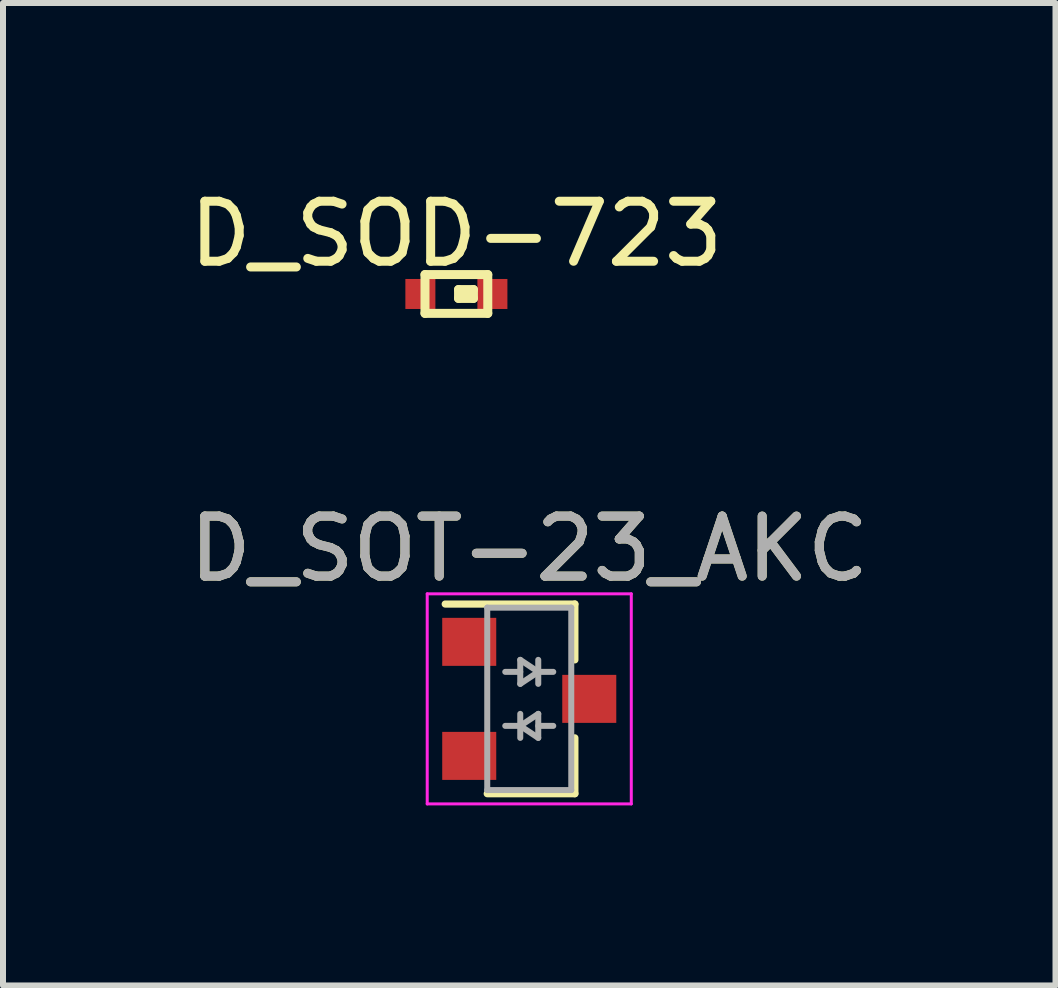
<source format=kicad_pcb>
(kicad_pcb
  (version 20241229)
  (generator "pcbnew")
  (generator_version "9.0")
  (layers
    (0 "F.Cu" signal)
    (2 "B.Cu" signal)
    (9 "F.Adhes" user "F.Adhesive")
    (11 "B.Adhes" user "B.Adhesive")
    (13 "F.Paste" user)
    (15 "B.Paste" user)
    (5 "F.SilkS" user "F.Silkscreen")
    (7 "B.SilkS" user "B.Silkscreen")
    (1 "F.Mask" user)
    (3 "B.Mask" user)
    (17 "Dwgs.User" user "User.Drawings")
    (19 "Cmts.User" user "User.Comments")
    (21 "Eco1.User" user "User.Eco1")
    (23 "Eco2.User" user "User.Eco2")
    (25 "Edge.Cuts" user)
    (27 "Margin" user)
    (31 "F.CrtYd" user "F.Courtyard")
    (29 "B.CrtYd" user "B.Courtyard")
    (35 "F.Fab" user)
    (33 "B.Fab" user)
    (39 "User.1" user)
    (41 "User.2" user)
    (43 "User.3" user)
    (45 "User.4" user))
  (footprint "D_SOT-23_AKC"
    (layer "F.Cu")
    (at 5.768 8.594)
    (property "Reference" "D_SOT-23_AKC" (at 0 -2.5 0) (layer "F.SilkS") (effects (font (size 1 1) (thickness 0.15))))
    (attr smd)
    (fp_line (start 0.76 -1.58) (end -1.4 -1.58) (stroke (width 0.12) (type solid)) (layer "F.SilkS"))
    (fp_line (start 0.76 -1.58) (end 0.76 -0.65) (stroke (width 0.12) (type solid)) (layer "F.SilkS"))
    (fp_line (start 0.76 1.58) (end -0.7 1.58) (stroke (width 0.12) (type solid)) (layer "F.SilkS"))
    (fp_line (start 0.76 1.58) (end 0.76 0.65) (stroke (width 0.12) (type solid)) (layer "F.SilkS"))
    (fp_line (start -1.7 -1.75) (end 1.7 -1.75) (stroke (width 0.05) (type solid)) (layer "F.CrtYd"))
    (fp_line (start -1.7 1.75) (end -1.7 -1.75) (stroke (width 0.05) (type solid)) (layer "F.CrtYd"))
    (fp_line (start 1.7 -1.75) (end 1.7 1.75) (stroke (width 0.05) (type solid)) (layer "F.CrtYd"))
    (fp_line (start 1.7 1.75) (end -1.7 1.75) (stroke (width 0.05) (type solid)) (layer "F.CrtYd"))
    (fp_line (start -0.7 -1.52) (end -0.7 1.52) (stroke (width 0.1) (type solid)) (layer "F.Fab"))
    (fp_line (start -0.7 -1.52) (end 0.7 -1.52) (stroke (width 0.1) (type solid)) (layer "F.Fab"))
    (fp_line (start -0.7 1.52) (end 0.7 1.52) (stroke (width 0.1) (type solid)) (layer "F.Fab"))
    (fp_line (start -0.15 -0.65) (end -0.15 -0.25) (stroke (width 0.1) (type solid)) (layer "F.Fab"))
    (fp_line (start -0.15 -0.45) (end -0.4 -0.45) (stroke (width 0.1) (type solid)) (layer "F.Fab"))
    (fp_line (start -0.15 -0.25) (end 0.15 -0.45) (stroke (width 0.1) (type solid)) (layer "F.Fab"))
    (fp_line (start -0.15 0.25) (end -0.15 0.65) (stroke (width 0.1) (type solid)) (layer "F.Fab"))
    (fp_line (start -0.15 0.45) (end -0.4 0.45) (stroke (width 0.1) (type solid)) (layer "F.Fab"))
    (fp_line (start -0.15 0.45) (end 0.15 0.25) (stroke (width 0.1) (type solid)) (layer "F.Fab"))
    (fp_line (start 0.15 -0.65) (end 0.15 -0.25) (stroke (width 0.1) (type solid)) (layer "F.Fab"))
    (fp_line (start 0.15 -0.45) (end -0.15 -0.65) (stroke (width 0.1) (type solid)) (layer "F.Fab"))
    (fp_line (start 0.15 -0.45) (end 0.4 -0.45) (stroke (width 0.1) (type solid)) (layer "F.Fab"))
    (fp_line (start 0.15 0.25) (end 0.15 0.65) (stroke (width 0.1) (type solid)) (layer "F.Fab"))
    (fp_line (start 0.15 0.45) (end 0.4 0.45) (stroke (width 0.1) (type solid)) (layer "F.Fab"))
    (fp_line (start 0.15 0.65) (end -0.15 0.45) (stroke (width 0.1) (type solid)) (layer "F.Fab"))
    (fp_line (start 0.7 -1.52) (end 0.7 1.52) (stroke (width 0.1) (type solid)) (layer "F.Fab"))
    (fp_text user "${REFERENCE}" (at 0 -2.5 0) (layer "F.Fab") (effects (font (size 1 1) (thickness 0.15))))
    (pad "1" smd rect (at -1 -0.95) (size 0.9 0.8) (layers "F.Cu" "F.Mask" "F.Paste"))
    (pad "2" smd rect (at -1 0.95) (size 0.9 0.8) (layers "F.Cu" "F.Mask" "F.Paste"))
    (pad "3" smd rect (at 1 0) (size 0.9 0.8) (layers "F.Cu" "F.Mask" "F.Paste")))
  (footprint "D_SOD-723"
    (layer "F.Cu")
    (at 4.554 1.848)
    (property "Reference" "D_SOD-723" (at 0 -1 0) (layer "F.SilkS") (effects (font (size 1 1) (thickness 0.15))))
    (attr through_hole)
    (fp_line (start -0.523 -0.323) (end 0.523 -0.323) (stroke (width 0.15) (type solid)) (layer "F.SilkS"))
    (fp_line (start -0.523 0.323) (end -0.523 -0.323) (stroke (width 0.15) (type solid)) (layer "F.SilkS"))
    (fp_line (start 0.036 -0.074) (end 0.284 -0.074) (stroke (width 0.15) (type solid)) (layer "F.SilkS"))
    (fp_line (start 0.036 0.074) (end 0.036 -0.074) (stroke (width 0.15) (type solid)) (layer "F.SilkS"))
    (fp_line (start 0.284 -0.074) (end 0.284 0.074) (stroke (width 0.15) (type solid)) (layer "F.SilkS"))
    (fp_line (start 0.284 0.074) (end 0.036 0.074) (stroke (width 0.15) (type solid)) (layer "F.SilkS"))
    (fp_line (start 0.523 -0.323) (end 0.523 0.323) (stroke (width 0.15) (type solid)) (layer "F.SilkS"))
    (fp_line (start 0.523 0.323) (end -0.523 0.323) (stroke (width 0.15) (type solid)) (layer "F.SilkS"))
    (pad "1" smd rect (at 0.6 0) (size 0.5 0.5) (layers "*.Mask" "F.Cu"))
    (pad "2" smd rect (at -0.6 0) (size 0.5 0.5) (layers "*.Mask" "F.Cu")))
  (gr_rect
    (start -3 -3)
    (end 14.536 13.369)
    (stroke (width 0.1) (type default))
    (fill no)
    (layer "Edge.Cuts")))
</source>
